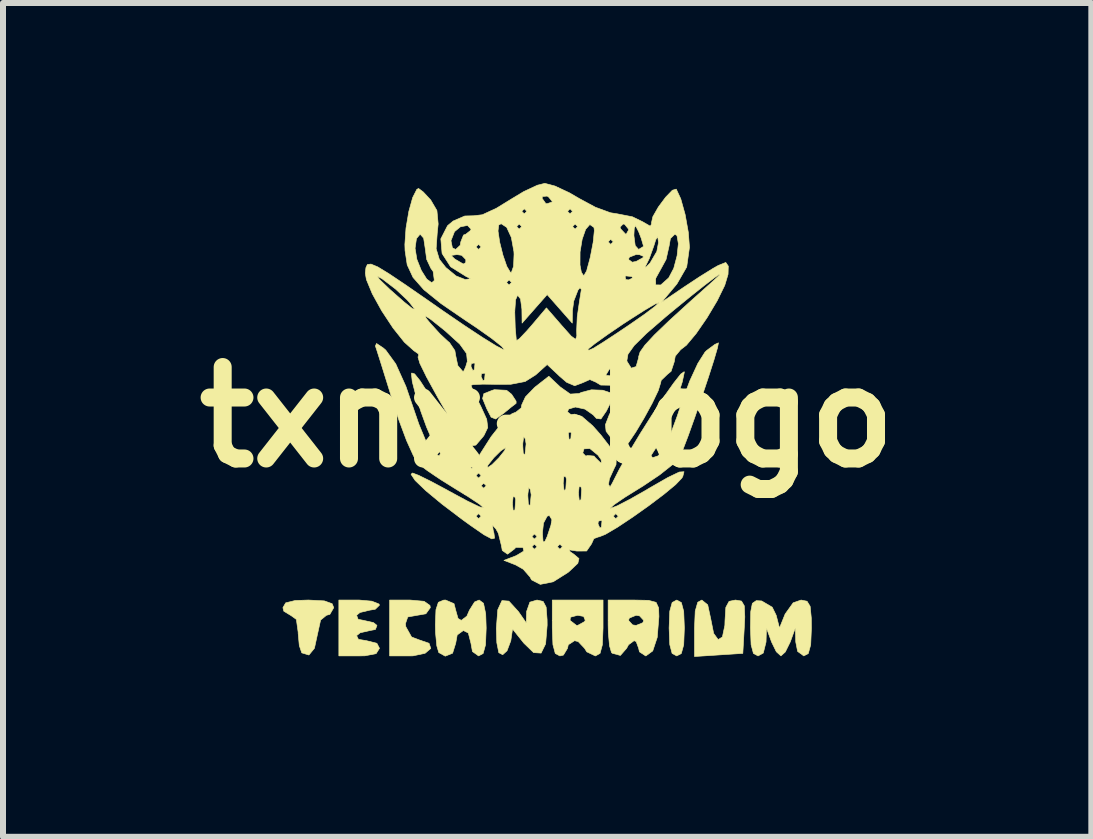
<source format=kicad_pcb>
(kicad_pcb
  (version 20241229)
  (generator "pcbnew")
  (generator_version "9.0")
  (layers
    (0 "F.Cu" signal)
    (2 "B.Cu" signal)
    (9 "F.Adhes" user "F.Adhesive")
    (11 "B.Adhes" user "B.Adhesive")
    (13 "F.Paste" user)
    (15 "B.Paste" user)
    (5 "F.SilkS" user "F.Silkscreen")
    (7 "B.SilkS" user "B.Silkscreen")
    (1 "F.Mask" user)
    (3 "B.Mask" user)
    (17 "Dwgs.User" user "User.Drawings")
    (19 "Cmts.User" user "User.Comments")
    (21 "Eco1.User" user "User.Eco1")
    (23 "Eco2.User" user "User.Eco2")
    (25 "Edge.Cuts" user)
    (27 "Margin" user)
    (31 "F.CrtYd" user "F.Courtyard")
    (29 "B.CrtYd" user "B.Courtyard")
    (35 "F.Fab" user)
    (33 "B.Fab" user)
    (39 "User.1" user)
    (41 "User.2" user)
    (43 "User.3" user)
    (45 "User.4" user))
  (footprint "txnx-logo"
    (layer "F.Cu")
    (at 6.067 3.9)
    (property "Reference" "txnx-logo" (at 0 0 0) (layer "F.SilkS") (effects (font (size 1.524 1.524) (thickness 0.3))))
    (attr through_hole)
    (fp_poly (pts (xy 2.236 3.09) (xy 2.275 3.237) (xy 2.286 3.514) (xy 2.275 3.794) (xy 2.235 3.939) (xy 2.159 3.979) (xy 2.082 3.938) (xy 2.043 3.791) (xy 2.032 3.514) (xy 2.043 3.233) (xy 2.083 3.088) (xy 2.159 3.048) (xy 2.236 3.09)) (stroke (width 0.01) (type solid)) (fill yes) (layer "F.SilkS"))
    (fp_poly (pts (xy -0.676 -0.447) (xy -0.593 -0.381) (xy -0.518 -0.266) (xy -0.517 -0.23) (xy -0.6 -0.166) (xy -0.727 -0.062) (xy -0.858 0.032) (xy -0.934 0.001) (xy -1.005 -0.137) (xy -1.076 -0.31) (xy -1.055 -0.391) (xy -0.915 -0.446) (xy -0.88 -0.457) (xy -0.676 -0.447)) (stroke (width 0.01) (type solid)) (fill yes) (layer "F.SilkS"))
    (fp_poly (pts (xy -2.051 3.069) (xy -1.953 3.138) (xy -1.947 3.175) (xy -2.021 3.277) (xy -2.165 3.302) (xy -2.323 3.33) (xy -2.361 3.441) (xy -2.355 3.493) (xy -2.259 3.664) (xy -2.138 3.71) (xy -1.968 3.769) (xy -1.939 3.854) (xy -2.034 3.935) (xy -2.235 3.978) (xy -2.286 3.979) (xy -2.625 3.979) (xy -2.625 3.048) (xy -2.286 3.048) (xy -2.051 3.069)) (stroke (width 0.01) (type solid)) (fill yes) (layer "F.SilkS"))
    (fp_poly (pts (xy 3.238 3.065) (xy 3.285 3.145) (xy 3.293 3.329) (xy 3.285 3.493) (xy 3.26 3.937) (xy 2.857 3.963) (xy 2.455 3.989) (xy 2.455 3.518) (xy 2.467 3.232) (xy 2.509 3.085) (xy 2.577 3.048) (xy 2.675 3.128) (xy 2.725 3.359) (xy 2.774 3.604) (xy 2.849 3.707) (xy 2.92 3.663) (xy 2.961 3.468) (xy 2.963 3.394) (xy 2.977 3.17) (xy 3.031 3.07) (xy 3.137 3.048) (xy 3.238 3.065)) (stroke (width 0.01) (type solid)) (fill yes) (layer "F.SilkS"))
    (fp_poly (pts (xy -3.713 3.062) (xy -3.583 3.109) (xy -3.556 3.175) (xy -3.621 3.287) (xy -3.678 3.302) (xy -3.775 3.382) (xy -3.826 3.613) (xy -3.878 3.852) (xy -3.97 3.964) (xy -4.086 3.929) (xy -4.09 3.925) (xy -4.13 3.807) (xy -4.149 3.601) (xy -4.149 3.584) (xy -4.179 3.371) (xy -4.275 3.302) (xy -4.276 3.302) (xy -4.388 3.234) (xy -4.403 3.175) (xy -4.357 3.095) (xy -4.2 3.056) (xy -3.979 3.048) (xy -3.713 3.062)) (stroke (width 0.01) (type solid)) (fill yes) (layer "F.SilkS"))
    (fp_poly (pts (xy -0.067 3.071) (xy -0.017 3.166) (xy -0.001 3.376) (xy 0 3.466) (xy -0.026 3.779) (xy -0.101 3.932) (xy -0.226 3.924) (xy -0.387 3.768) (xy -0.577 3.53) (xy -0.606 3.727) (xy -0.669 3.894) (xy -0.741 3.959) (xy -0.806 3.925) (xy -0.839 3.759) (xy -0.847 3.521) (xy -0.823 3.209) (xy -0.753 3.057) (xy -0.638 3.066) (xy -0.481 3.238) (xy -0.48 3.239) (xy -0.348 3.429) (xy -0.343 3.239) (xy -0.288 3.083) (xy -0.169 3.048) (xy -0.067 3.071)) (stroke (width 0.01) (type solid)) (fill yes) (layer "F.SilkS"))
    (fp_poly (pts (xy -2.921 3.067) (xy -2.803 3.114) (xy -2.794 3.133) (xy -2.865 3.202) (xy -2.958 3.217) (xy -3.12 3.256) (xy -3.175 3.302) (xy -3.15 3.369) (xy -3.058 3.387) (xy -2.894 3.424) (xy -2.836 3.471) (xy -2.862 3.539) (xy -2.953 3.556) (xy -3.117 3.594) (xy -3.175 3.641) (xy -3.145 3.703) (xy -3.011 3.725) (xy -2.837 3.769) (xy -2.794 3.852) (xy -2.85 3.941) (xy -3.035 3.977) (xy -3.133 3.979) (xy -3.471 3.979) (xy -3.471 3.048) (xy -3.133 3.048) (xy -2.921 3.067)) (stroke (width 0.01) (type solid)) (fill yes) (layer "F.SilkS"))
    (fp_poly (pts (xy 0.931 3.514) (xy 0.92 3.793) (xy 0.881 3.937) (xy 0.805 3.979) (xy 0.802 3.979) (xy 0.66 3.911) (xy 0.623 3.852) (xy 0.517 3.74) (xy 0.457 3.725) (xy 0.352 3.793) (xy 0.339 3.852) (xy 0.271 3.965) (xy 0.212 3.979) (xy 0.135 3.938) (xy 0.096 3.791) (xy 0.085 3.514) (xy 0.085 3.387) (xy 0.381 3.387) (xy 0.485 3.468) (xy 0.508 3.471) (xy 0.618 3.41) (xy 0.635 3.387) (xy 0.608 3.321) (xy 0.508 3.302) (xy 0.388 3.334) (xy 0.381 3.387) (xy 0.085 3.387) (xy 0.085 3.048) (xy 0.931 3.048) (xy 0.931 3.514)) (stroke (width 0.01) (type solid)) (fill yes) (layer "F.SilkS"))
    (fp_poly (pts (xy -1.061 3.101) (xy -1.024 3.278) (xy -1.016 3.514) (xy -1.027 3.794) (xy -1.067 3.939) (xy -1.143 3.979) (xy -1.245 3.906) (xy -1.27 3.768) (xy -1.314 3.597) (xy -1.397 3.556) (xy -1.499 3.63) (xy -1.524 3.768) (xy -1.576 3.934) (xy -1.698 3.983) (xy -1.806 3.923) (xy -1.839 3.811) (xy -1.86 3.592) (xy -1.863 3.457) (xy -1.853 3.209) (xy -1.813 3.086) (xy -1.724 3.049) (xy -1.693 3.048) (xy -1.552 3.108) (xy -1.524 3.217) (xy -1.485 3.355) (xy -1.431 3.387) (xy -1.338 3.316) (xy -1.295 3.217) (xy -1.209 3.08) (xy -1.133 3.048) (xy -1.061 3.101)) (stroke (width 0.01) (type solid)) (fill yes) (layer "F.SilkS"))
    (fp_poly (pts (xy 1.69 3.053) (xy 1.815 3.087) (xy 1.857 3.178) (xy 1.862 3.323) (xy 1.834 3.67) (xy 1.759 3.896) (xy 1.645 3.979) (xy 1.641 3.979) (xy 1.538 3.911) (xy 1.524 3.852) (xy 1.483 3.74) (xy 1.448 3.725) (xy 1.356 3.793) (xy 1.324 3.852) (xy 1.22 3.971) (xy 1.086 3.935) (xy 1.072 3.923) (xy 1.039 3.811) (xy 1.019 3.592) (xy 1.016 3.457) (xy 1.016 3.387) (xy 1.355 3.387) (xy 1.423 3.462) (xy 1.482 3.471) (xy 1.594 3.426) (xy 1.609 3.387) (xy 1.54 3.312) (xy 1.482 3.302) (xy 1.369 3.348) (xy 1.355 3.387) (xy 1.016 3.387) (xy 1.016 3.048) (xy 1.439 3.048) (xy 1.69 3.053)) (stroke (width 0.01) (type solid)) (fill yes) (layer "F.SilkS"))
    (fp_poly (pts (xy 4.33 3.068) (xy 4.382 3.153) (xy 4.401 3.346) (xy 4.403 3.514) (xy 4.391 3.794) (xy 4.351 3.939) (xy 4.276 3.979) (xy 4.173 3.904) (xy 4.142 3.747) (xy 4.135 3.514) (xy 4.05 3.747) (xy 3.968 3.913) (xy 3.895 3.979) (xy 3.818 3.909) (xy 3.739 3.747) (xy 3.654 3.514) (xy 3.647 3.747) (xy 3.601 3.931) (xy 3.514 3.979) (xy 3.437 3.938) (xy 3.398 3.793) (xy 3.387 3.511) (xy 3.387 3.508) (xy 3.392 3.24) (xy 3.419 3.103) (xy 3.484 3.058) (xy 3.574 3.063) (xy 3.75 3.167) (xy 3.816 3.302) (xy 3.871 3.514) (xy 3.965 3.281) (xy 4.099 3.094) (xy 4.231 3.048) (xy 4.33 3.068)) (stroke (width 0.01) (type solid)) (fill yes) (layer "F.SilkS"))
    (fp_poly (pts (xy 2.838 -1.154) (xy 2.778 -0.949) (xy 2.686 -0.662) (xy 2.575 -0.331) (xy 2.459 0.006) (xy 2.35 0.311) (xy 2.261 0.544) (xy 2.21 0.661) (xy 2.094 0.788) (xy 1.873 0.963) (xy 1.593 1.151) (xy 1.544 1.181) (xy 1.29 1.339) (xy 1.116 1.458) (xy 1.052 1.517) (xy 1.058 1.52) (xy 1.168 1.478) (xy 1.379 1.369) (xy 1.649 1.216) (xy 1.693 1.189) (xy 2.01 1.007) (xy 2.201 0.915) (xy 2.28 0.91) (xy 2.26 0.988) (xy 2.244 1.016) (xy 2.14 1.125) (xy 1.944 1.287) (xy 1.692 1.477) (xy 1.421 1.669) (xy 1.168 1.837) (xy 0.969 1.954) (xy 0.861 1.997) (xy 0.855 1.995) (xy 0.778 2.025) (xy 0.739 2.112) (xy 0.657 2.231) (xy 0.496 2.232) (xy 0.365 2.211) (xy 0.385 2.245) (xy 0.445 2.285) (xy 0.53 2.357) (xy 0.511 2.436) (xy 0.372 2.567) (xy 0.349 2.587) (xy 0.1 2.744) (xy -0.115 2.787) (xy -0.26 2.712) (xy -0.285 2.665) (xy -0.398 2.535) (xy -0.527 2.462) (xy -0.72 2.387) (xy -0.515 2.308) (xy -0.389 2.232) (xy -0.403 2.172) (xy -0.521 2.171) (xy -0.549 2.2) (xy -0.66 2.284) (xy -0.748 2.222) (xy -0.759 2.159) (xy -0.254 2.159) (xy -0.212 2.201) (xy -0.169 2.159) (xy 0.169 2.159) (xy 0.212 2.201) (xy 0.254 2.159) (xy 0.212 2.117) (xy 0.169 2.159) (xy -0.169 2.159) (xy -0.212 2.117) (xy -0.254 2.159) (xy -0.759 2.159) (xy -0.763 2.138) (xy -0.8 1.99) (xy -0.254 1.99) (xy -0.212 2.032) (xy -0.169 1.99) (xy -0.212 1.947) (xy -0.254 1.99) (xy -0.8 1.99) (xy -0.812 1.938) (xy -0.816 1.931) (xy -0.079 1.931) (xy -0.068 2.08) (xy -0.038 2.072) (xy 0 1.99) (xy 0.063 1.801) (xy 0.067 1.778) (xy 0.847 1.778) (xy 0.878 1.848) (xy 0.903 1.834) (xy 0.913 1.734) (xy 0.903 1.722) (xy 0.853 1.733) (xy 0.847 1.778) (xy 0.067 1.778) (xy 0.079 1.71) (xy 0.044 1.651) (xy 1.101 1.651) (xy 1.143 1.693) (xy 1.185 1.651) (xy 1.143 1.609) (xy 1.101 1.651) (xy 0.044 1.651) (xy 0.037 1.639) (xy 0 1.651) (xy -0.061 1.766) (xy -0.079 1.931) (xy -0.816 1.931) (xy -0.854 1.863) (xy -0.91 1.801) (xy -0.9 1.883) (xy -0.887 1.933) (xy -0.876 2.017) (xy -0.923 2.029) (xy -1.051 1.961) (xy -1.281 1.802) (xy -1.411 1.708) (xy -1.486 1.651) (xy -1.185 1.651) (xy -1.143 1.693) (xy -1.101 1.651) (xy -1.143 1.609) (xy -1.185 1.651) (xy -1.486 1.651) (xy -1.753 1.449) (xy -2.022 1.226) (xy -2.2 1.055) (xy -2.268 0.953) (xy -2.244 0.931) (xy -2.141 0.97) (xy -1.934 1.072) (xy -1.667 1.215) (xy -1.645 1.228) (xy -1.326 1.4) (xy -1.128 1.495) (xy -1.059 1.513) (xy -1.124 1.453) (xy -1.145 1.439) (xy -0.579 1.439) (xy -0.566 1.56) (xy -0.537 1.545) (xy -0.525 1.372) (xy -0.537 1.333) (xy -0.567 1.323) (xy -0.579 1.439) (xy -1.145 1.439) (xy -1.331 1.316) (xy -1.338 1.312) (xy -0.322 1.312) (xy -0.313 1.457) (xy -0.287 1.47) (xy -0.283 1.462) (xy -0.266 1.294) (xy -0.27 1.27) (xy 0.521 1.27) (xy 0.535 1.39) (xy 0.564 1.376) (xy 0.575 1.202) (xy 0.564 1.164) (xy 0.533 1.154) (xy 0.521 1.27) (xy -0.27 1.27) (xy -0.28 1.208) (xy -0.307 1.174) (xy -0.322 1.286) (xy -0.322 1.312) (xy -1.338 1.312) (xy -1.487 1.221) (xy -1.612 1.143) (xy -1.101 1.143) (xy -1.058 1.185) (xy -1.016 1.143) (xy -1.058 1.101) (xy 0.267 1.101) (xy 0.281 1.221) (xy 0.31 1.206) (xy 0.321 1.033) (xy 0.31 0.995) (xy 0.279 0.984) (xy 0.267 1.101) (xy -1.058 1.101) (xy -1.101 1.143) (xy -1.612 1.143) (xy -1.766 1.047) (xy -1.875 0.974) (xy -1.185 0.974) (xy -1.143 1.016) (xy -1.101 0.974) (xy -1.143 0.931) (xy -1.185 0.974) (xy -1.875 0.974) (xy -2.003 0.887) (xy -2.14 0.783) (xy -2.227 0.647) (xy -2.343 0.39) (xy -2.469 0.053) (xy -2.554 -0.206) (xy -2.668 -0.572) (xy -2.766 -0.886) (xy -2.836 -1.107) (xy -2.862 -1.185) (xy -2.843 -1.227) (xy -2.728 -1.15) (xy -2.688 -1.114) (xy -2.523 -0.887) (xy -2.354 -0.512) (xy -2.252 -0.215) (xy -2.138 0.117) (xy -2.024 0.392) (xy -1.93 0.564) (xy -1.906 0.592) (xy -1.8 0.646) (xy -1.778 0.608) (xy -1.84 0.482) (xy -1.856 0.47) (xy -1.922 0.37) (xy -2.011 0.163) (xy -2.106 -0.099) (xy -2.19 -0.368) (xy -2.248 -0.592) (xy -2.262 -0.723) (xy -2.256 -0.735) (xy -2.209 -0.72) (xy -2.119 -0.608) (xy -1.976 -0.387) (xy -1.771 -0.042) (xy -1.513 0.41) (xy -1.257 0.863) (xy -1.248 0.847) (xy -1 0.847) (xy -0.918 0.791) (xy -0.804 0.677) (xy -0.707 0.555) (xy -0.693 0.508) (xy -0.775 0.564) (xy -0.889 0.677) (xy -0.987 0.8) (xy -1 0.847) (xy -1.248 0.847) (xy -1.116 0.612) (xy -1.023 0.466) (xy -0.407 0.466) (xy -0.398 0.61) (xy -0.371 0.623) (xy -0.368 0.615) (xy -0.366 0.598) (xy 0.593 0.598) (xy 0.644 0.65) (xy 0.671 0.639) (xy 0.78 0.649) (xy 0.803 0.676) (xy 0.887 0.758) (xy 0.904 0.762) (xy 0.899 0.709) (xy 0.847 0.635) (xy 0.712 0.524) (xy 0.614 0.529) (xy 0.593 0.598) (xy -0.366 0.598) (xy -0.351 0.447) (xy -0.365 0.361) (xy -0.392 0.327) (xy -0.406 0.439) (xy -0.407 0.466) (xy -1.023 0.466) (xy -0.933 0.325) (xy -0.877 0.254) (xy 0.352 0.254) (xy 0.365 0.374) (xy 0.395 0.36) (xy 0.406 0.186) (xy 0.395 0.148) (xy 0.364 0.138) (xy 0.352 0.254) (xy -0.877 0.254) (xy -0.747 0.09) (xy -0.589 -0.055) (xy -0.517 -0.085) (xy -0.433 -0.153) (xy -0.423 -0.206) (xy -0.362 -0.337) (xy -0.212 -0.492) (xy -0.198 -0.504) (xy 0.028 -0.681) (xy 0.217 -0.503) (xy 0.385 -0.384) (xy 0.531 -0.393) (xy 0.571 -0.412) (xy 0.737 -0.455) (xy 0.926 -0.448) (xy 1.066 -0.401) (xy 1.098 -0.35) (xy 1.058 -0.243) (xy 0.986 -0.1) (xy 0.896 0.031) (xy 0.821 0.022) (xy 0.767 -0.037) (xy 0.63 -0.133) (xy 0.471 -0.168) (xy 0.357 -0.135) (xy 0.339 -0.087) (xy 0.4 -0.039) (xy 0.456 -0.05) (xy 0.576 -0.013) (xy 0.758 0.144) (xy 0.895 0.298) (xy 1.073 0.529) (xy 1.152 0.68) (xy 1.147 0.793) (xy 1.117 0.853) (xy 1.037 1.028) (xy 1.022 1.121) (xy 1.048 1.164) (xy 1.085 1.101) (xy 1.201 0.872) (xy 1.363 0.586) (xy 1.552 0.272) (xy 1.752 -0.044) (xy 1.942 -0.333) (xy 2.107 -0.566) (xy 2.226 -0.717) (xy 2.283 -0.757) (xy 2.285 -0.746) (xy 2.251 -0.586) (xy 2.169 -0.331) (xy 2.061 -0.036) (xy 1.948 0.243) (xy 1.85 0.453) (xy 1.804 0.526) (xy 1.731 0.639) (xy 1.755 0.677) (xy 1.848 0.646) (xy 1.939 0.537) (xy 2.04 0.325) (xy 2.166 -0.014) (xy 2.245 -0.251) (xy 2.376 -0.603) (xy 2.511 -0.895) (xy 2.63 -1.083) (xy 2.659 -1.111) (xy 2.794 -1.211) (xy 2.854 -1.238) (xy 2.838 -1.154)) (stroke (width 0.01) (type solid)) (fill yes) (layer "F.SilkS"))
    (fp_poly (pts (xy 0.128 -3.851) (xy 0.37 -3.738) (xy 0.537 -3.641) (xy 0.804 -3.497) (xy 1.055 -3.405) (xy 1.169 -3.387) (xy 1.42 -3.338) (xy 1.589 -3.256) (xy 1.719 -3.181) (xy 1.741 -3.222) (xy 1.737 -3.234) (xy 1.761 -3.34) (xy 1.853 -3.501) (xy 1.974 -3.664) (xy 2.086 -3.78) (xy 2.151 -3.799) (xy 2.226 -3.637) (xy 2.299 -3.375) (xy 2.352 -3.078) (xy 2.371 -2.83) (xy 2.325 -2.502) (xy 2.163 -2.221) (xy 2.138 -2.19) (xy 1.905 -1.912) (xy 2.286 -2.171) (xy 2.539 -2.338) (xy 2.761 -2.476) (xy 2.849 -2.526) (xy 2.976 -2.577) (xy 3.018 -2.516) (xy 3.014 -2.379) (xy 2.959 -2.196) (xy 2.833 -1.939) (xy 2.664 -1.656) (xy 2.483 -1.393) (xy 2.32 -1.198) (xy 2.223 -1.123) (xy 2.134 -1.015) (xy 2.117 -0.92) (xy 2.065 -0.763) (xy 2.004 -0.713) (xy 1.9 -0.613) (xy 1.89 -0.568) (xy 1.851 -0.442) (xy 1.751 -0.233) (xy 1.617 0.013) (xy 1.476 0.249) (xy 1.354 0.43) (xy 1.278 0.508) (xy 1.275 0.508) (xy 1.176 0.452) (xy 1.066 0.347) (xy 0.982 0.236) (xy 0.97 0.128) (xy 1.035 -0.039) (xy 1.095 -0.158) (xy 1.214 -0.396) (xy 1.255 -0.517) (xy 1.215 -0.552) (xy 1.092 -0.535) (xy 1.068 -0.531) (xy 0.892 -0.534) (xy 0.81 -0.583) (xy 0.711 -0.626) (xy 0.592 -0.573) (xy 0.459 -0.523) (xy 0.326 -0.579) (xy 0.215 -0.674) (xy 0.19 -0.698) (xy 0.977 -0.698) (xy 1.042 -0.688) (xy 1.173 -0.753) (xy 1.236 -0.836) (xy 1.216 -0.87) (xy 1.106 -0.853) (xy 1.034 -0.795) (xy 0.977 -0.698) (xy 0.19 -0.698) (xy 0 -0.876) (xy -0.191 -0.704) (xy -0.367 -0.593) (xy -0.606 -0.547) (xy -0.826 -0.546) (xy -1.074 -0.549) (xy -1.235 -0.541) (xy -1.27 -0.53) (xy -1.235 -0.444) (xy -1.148 -0.262) (xy -1.105 -0.178) (xy -1.007 0.037) (xy -0.99 0.174) (xy -1.051 0.302) (xy -1.068 0.326) (xy -1.188 0.466) (xy -1.292 0.484) (xy -1.41 0.368) (xy -1.549 0.148) (xy -1.824 -0.329) (xy -2.013 -0.674) (xy -2.014 -0.677) (xy -1.101 -0.677) (xy -1.07 -0.608) (xy -1.044 -0.621) (xy -1.034 -0.721) (xy -1.044 -0.734) (xy -1.095 -0.722) (xy -1.101 -0.677) (xy -2.014 -0.677) (xy -2.121 -0.895) (xy -2.153 -1.003) (xy -2.141 -1.019) (xy -2.146 -1.054) (xy -2.222 -1.107) (xy -2.38 -1.249) (xy -2.569 -1.486) (xy -2.702 -1.688) (xy -2.031 -1.688) (xy -2.016 -1.647) (xy -1.947 -1.563) (xy -1.782 -1.382) (xy -1.647 -1.257) (xy -1.63 -1.245) (xy -1.538 -1.109) (xy -1.524 -1.026) (xy -1.489 -0.859) (xy -1.409 -0.765) (xy -1.393 -0.762) (xy -1.36 -0.832) (xy -1.355 -0.847) (xy -1.27 -0.847) (xy -1.239 -0.777) (xy -1.214 -0.79) (xy -1.203 -0.891) (xy -1.214 -0.903) (xy -1.264 -0.891) (xy -1.27 -0.847) (xy -1.355 -0.847) (xy -1.33 -0.93) (xy -1.331 -0.94) (xy 1.328 -0.94) (xy 1.33 -0.93) (xy 1.401 -0.816) (xy 1.482 -0.842) (xy 1.524 -0.99) (xy 1.524 -1.006) (xy 1.548 -1.085) (xy 1.63 -1.201) (xy 1.785 -1.368) (xy 2.028 -1.602) (xy 2.373 -1.917) (xy 2.756 -2.259) (xy 2.874 -2.369) (xy 2.879 -2.386) (xy 2.788 -2.323) (xy 2.619 -2.194) (xy 2.39 -2.012) (xy 2.118 -1.79) (xy 1.977 -1.673) (xy 1.653 -1.393) (xy 1.449 -1.192) (xy 1.346 -1.047) (xy 1.328 -0.94) (xy -1.331 -0.94) (xy -1.343 -1.059) (xy -1.457 -1.217) (xy -1.695 -1.433) (xy -1.723 -1.456) (xy -1.936 -1.626) (xy -2.031 -1.688) (xy -2.702 -1.688) (xy -2.757 -1.771) (xy -2.914 -2.055) (xy -3.012 -2.292) (xy -3.022 -2.35) (xy -2.833 -2.35) (xy -2.793 -2.293) (xy -2.638 -2.144) (xy -2.625 -2.131) (xy -2.381 -1.916) (xy -2.24 -1.804) (xy -2.209 -1.8) (xy -2.293 -1.908) (xy -2.336 -1.956) (xy -2.523 -2.131) (xy -2.749 -2.304) (xy -2.752 -2.306) (xy -2.833 -2.35) (xy -3.022 -2.35) (xy -3.03 -2.401) (xy -3.02 -2.49) (xy -2.995 -2.543) (xy -2.936 -2.55) (xy -2.823 -2.503) (xy -2.639 -2.391) (xy -2.363 -2.206) (xy -1.977 -1.939) (xy -1.729 -1.766) (xy -1.375 -1.524) (xy -1.073 -1.325) (xy -0.848 -1.186) (xy -0.726 -1.123) (xy -0.712 -1.123) (xy -0.714 -1.126) (xy 0.677 -1.126) (xy 0.696 -1.114) (xy 0.77 -1.147) (xy 0.921 -1.24) (xy 1.174 -1.406) (xy 1.376 -1.542) (xy 1.618 -1.71) (xy 1.792 -1.841) (xy 1.863 -1.908) (xy 1.863 -1.909) (xy 1.798 -1.884) (xy 1.626 -1.783) (xy 1.378 -1.625) (xy 1.27 -1.555) (xy 1 -1.371) (xy 0.795 -1.224) (xy 0.686 -1.137) (xy 0.677 -1.126) (xy -0.714 -1.126) (xy -0.761 -1.182) (xy -0.924 -1.311) (xy -1.173 -1.487) (xy -1.357 -1.61) (xy -1.574 -1.758) (xy -0.54 -1.758) (xy -0.532 -1.487) (xy -0.513 -1.273) (xy -0.462 -1.307) (xy -0.338 -1.438) (xy -0.26 -1.527) (xy -0.012 -1.82) (xy 0.245 -1.524) (xy 0.4 -1.35) (xy 0.474 -1.296) (xy 0.494 -1.351) (xy 0.491 -1.439) (xy 0.501 -1.672) (xy 0.54 -1.941) (xy 0.541 -1.947) (xy 0.57 -2.127) (xy 0.547 -2.156) (xy 0.514 -2.117) (xy 0.443 -1.934) (xy 0.422 -1.778) (xy 0.418 -1.566) (xy 0 -2.041) (xy -0.418 -1.566) (xy -0.421 -1.799) (xy -0.444 -1.968) (xy -0.492 -2.032) (xy -0.526 -1.956) (xy -0.54 -1.758) (xy -1.574 -1.758) (xy -1.77 -1.893) (xy -2.055 -2.123) (xy -2.235 -2.328) (xy -2.332 -2.537) (xy -2.368 -2.776) (xy -2.369 -2.813) (xy -2.201 -2.813) (xy -2.171 -2.629) (xy -2.097 -2.444) (xy -2.006 -2.299) (xy -1.922 -2.239) (xy -1.917 -2.244) (xy -0.677 -2.244) (xy -0.635 -2.201) (xy -0.593 -2.244) (xy -0.635 -2.286) (xy -0.677 -2.244) (xy -1.917 -2.244) (xy -1.88 -2.278) (xy -1.9 -2.427) (xy -1.938 -2.48) (xy -2.008 -2.629) (xy -2.032 -2.811) (xy -2.058 -2.982) (xy -2.117 -3.048) (xy -2.178 -2.975) (xy -2.201 -2.813) (xy -2.369 -2.813) (xy -2.371 -2.877) (xy -2.352 -3.15) (xy -2.305 -3.427) (xy -2.241 -3.658) (xy -2.172 -3.794) (xy -2.143 -3.81) (xy -2.065 -3.752) (xy -1.941 -3.619) (xy -1.837 -3.442) (xy -1.816 -3.218) (xy -1.832 -3.064) (xy -1.85 -2.806) (xy -1.797 -2.63) (xy -1.689 -2.493) (xy -1.517 -2.352) (xy -1.367 -2.293) (xy -1.361 -2.293) (xy -1.274 -2.306) (xy -1.347 -2.342) (xy 1.298 -2.342) (xy 1.31 -2.292) (xy 1.355 -2.286) (xy 1.409 -2.31) (xy 1.807 -2.31) (xy 1.809 -2.203) (xy 1.893 -2.202) (xy 2.026 -2.321) (xy 2.109 -2.479) (xy 2.165 -2.689) (xy 2.186 -2.89) (xy 2.163 -3.024) (xy 2.128 -3.048) (xy 2.054 -2.976) (xy 2.032 -2.853) (xy 1.981 -2.627) (xy 1.908 -2.493) (xy 1.807 -2.31) (xy 1.409 -2.31) (xy 1.424 -2.317) (xy 1.411 -2.342) (xy 1.311 -2.353) (xy 1.298 -2.342) (xy -1.347 -2.342) (xy -1.353 -2.345) (xy -1.355 -2.346) (xy -1.609 -2.505) (xy -1.73 -2.694) (xy -1.601 -2.694) (xy -1.54 -2.635) (xy -1.524 -2.625) (xy -1.397 -2.551) (xy -1.357 -2.573) (xy -1.355 -2.625) (xy -1.424 -2.696) (xy -1.503 -2.708) (xy -1.601 -2.694) (xy -1.73 -2.694) (xy -1.751 -2.727) (xy -1.769 -2.94) (xy -1.603 -2.94) (xy -1.579 -2.82) (xy -1.524 -2.794) (xy -1.478 -2.836) (xy -1.185 -2.836) (xy -1.143 -2.794) (xy -1.101 -2.836) (xy -1.143 -2.879) (xy -1.185 -2.836) (xy -1.478 -2.836) (xy -1.449 -2.863) (xy -1.439 -2.921) (xy -1.394 -3.034) (xy -1.355 -3.048) (xy -1.288 -3.101) (xy -0.819 -3.101) (xy -0.791 -2.914) (xy -0.737 -2.699) (xy -0.673 -2.513) (xy -0.614 -2.414) (xy -0.596 -2.411) (xy -0.56 -2.513) (xy -0.559 -2.535) (xy 0.547 -2.535) (xy 0.57 -2.413) (xy 0.61 -2.354) (xy 0.658 -2.437) (xy 0.67 -2.483) (xy 1.631 -2.483) (xy 1.714 -2.567) (xy 1.827 -2.76) (xy 1.855 -2.909) (xy 1.842 -3.008) (xy 1.809 -2.955) (xy 1.777 -2.852) (xy 1.701 -2.642) (xy 1.636 -2.509) (xy 1.631 -2.483) (xy 0.67 -2.483) (xy 0.709 -2.627) (xy 1.355 -2.627) (xy 1.417 -2.581) (xy 1.482 -2.594) (xy 1.593 -2.654) (xy 1.609 -2.676) (xy 1.54 -2.706) (xy 1.482 -2.709) (xy 1.369 -2.665) (xy 1.355 -2.627) (xy 0.709 -2.627) (xy 0.719 -2.667) (xy 0.768 -2.921) (xy 1.016 -2.921) (xy 1.058 -2.879) (xy 1.101 -2.921) (xy 1.058 -2.963) (xy 1.016 -2.921) (xy 0.768 -2.921) (xy 0.768 -2.922) (xy 0.778 -3.027) (xy 1.445 -3.027) (xy 1.467 -2.858) (xy 1.524 -2.794) (xy 1.602 -2.842) (xy 1.603 -2.857) (xy 1.567 -2.98) (xy 1.524 -3.09) (xy 1.472 -3.191) (xy 1.451 -3.144) (xy 1.445 -3.027) (xy 0.778 -3.027) (xy 0.786 -3.108) (xy 0.78 -3.161) (xy 0.773 -3.165) (xy 1.214 -3.165) (xy 1.228 -3.133) (xy 1.304 -3.052) (xy 1.317 -3.048) (xy 1.354 -3.114) (xy 1.355 -3.133) (xy 1.29 -3.214) (xy 1.265 -3.217) (xy 1.214 -3.165) (xy 0.773 -3.165) (xy 0.711 -3.209) (xy 0.641 -3.129) (xy 0.583 -2.963) (xy 0.548 -2.751) (xy 0.547 -2.535) (xy -0.559 -2.535) (xy -0.552 -2.713) (xy -0.554 -2.757) (xy -0.597 -2.994) (xy -0.675 -3.163) (xy -0.694 -3.175) (xy -0.508 -3.175) (xy -0.466 -3.133) (xy -0.423 -3.175) (xy 0.423 -3.175) (xy 0.466 -3.133) (xy 0.508 -3.175) (xy 0.466 -3.217) (xy 0.423 -3.175) (xy -0.423 -3.175) (xy -0.466 -3.217) (xy -0.508 -3.175) (xy -0.694 -3.175) (xy -0.766 -3.222) (xy -0.807 -3.201) (xy -0.819 -3.101) (xy -1.288 -3.101) (xy -1.272 -3.112) (xy -1.27 -3.133) (xy -1.327 -3.194) (xy -1.447 -3.17) (xy -1.544 -3.09) (xy -1.603 -2.94) (xy -1.769 -2.94) (xy -1.772 -2.97) (xy -1.66 -3.189) (xy -1.567 -3.267) (xy -1.373 -3.351) (xy -1.224 -3.355) (xy -1.08 -3.372) (xy -0.957 -3.429) (xy -0.423 -3.429) (xy -0.381 -3.387) (xy -0.339 -3.429) (xy 0.339 -3.429) (xy 0.381 -3.387) (xy 0.423 -3.429) (xy 0.381 -3.471) (xy 0.339 -3.429) (xy -0.339 -3.429) (xy -0.381 -3.471) (xy -0.423 -3.429) (xy -0.957 -3.429) (xy -0.848 -3.479) (xy -0.653 -3.599) (xy -0.576 -3.646) (xy -0.085 -3.646) (xy -0.023 -3.559) (xy 0 -3.556) (xy 0.082 -3.585) (xy 0.085 -3.593) (xy 0.025 -3.666) (xy 0 -3.683) (xy -0.078 -3.676) (xy -0.085 -3.646) (xy -0.576 -3.646) (xy -0.392 -3.757) (xy -0.163 -3.864) (xy -0.039 -3.895) (xy 0.128 -3.851)) (stroke (width 0.01) (type solid)) (fill yes) (layer "F.SilkS")))
  (gr_rect
    (start -3 -3)
    (end 15.134 10.893)
    (stroke (width 0.1) (type default))
    (fill no)
    (layer "Edge.Cuts")))
</source>
